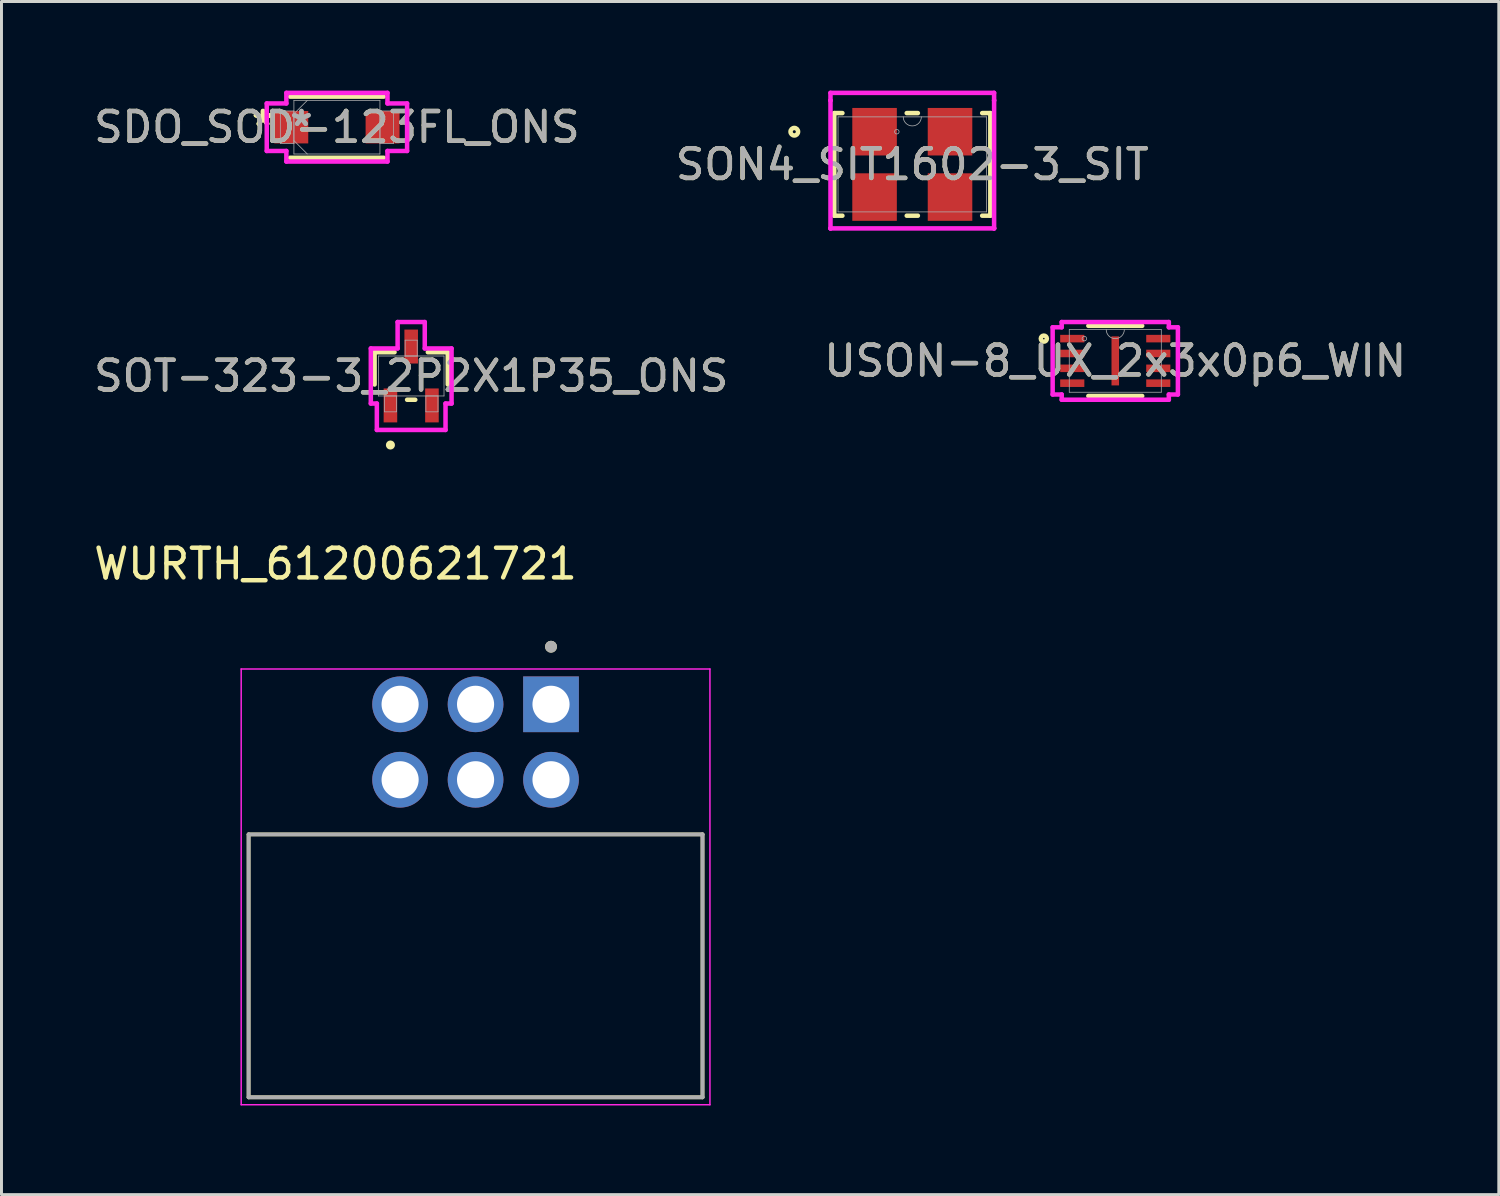
<source format=kicad_pcb>
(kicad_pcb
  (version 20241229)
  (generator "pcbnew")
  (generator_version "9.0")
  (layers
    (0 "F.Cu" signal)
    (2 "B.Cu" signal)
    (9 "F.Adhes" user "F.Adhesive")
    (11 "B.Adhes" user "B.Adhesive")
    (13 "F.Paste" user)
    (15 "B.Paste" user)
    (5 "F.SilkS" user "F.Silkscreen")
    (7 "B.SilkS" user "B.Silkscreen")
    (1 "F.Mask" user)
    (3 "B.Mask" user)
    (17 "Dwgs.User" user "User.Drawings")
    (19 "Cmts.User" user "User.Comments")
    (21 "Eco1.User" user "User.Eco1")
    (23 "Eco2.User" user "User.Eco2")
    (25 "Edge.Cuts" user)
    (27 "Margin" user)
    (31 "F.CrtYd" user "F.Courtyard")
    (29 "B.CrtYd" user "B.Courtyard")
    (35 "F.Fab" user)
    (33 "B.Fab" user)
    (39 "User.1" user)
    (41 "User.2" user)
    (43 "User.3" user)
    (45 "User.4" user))
  (footprint "WURTH_61200621721"
    (layer "F.Cu")
    (at 12.959 21.929)
    (property "Reference" "WURTH_61200621721" (at -4.715 -5.997 0) (layer "F.SilkS") (effects (font (size 1 1) (thickness 0.15))))
    (attr through_hole)
    (fp_line (start -7.64 3.11) (end 7.64 3.11) (stroke (width 0.127) (type solid)) (layer "F.SilkS"))
    (fp_line (start -7.64 11.96) (end -7.64 3.11) (stroke (width 0.127) (type solid)) (layer "F.SilkS"))
    (fp_line (start 7.64 3.11) (end 7.64 11.96) (stroke (width 0.127) (type solid)) (layer "F.SilkS"))
    (fp_line (start 7.64 11.96) (end -7.64 11.96) (stroke (width 0.127) (type solid)) (layer "F.SilkS"))
    (fp_circle (center 2.54 -3.208) (end 2.64 -3.208) (stroke (width 0.2) (type solid)) (fill no) (layer "F.SilkS"))
    (fp_line (start -7.89 -2.458) (end -7.89 12.21) (stroke (width 0.05) (type solid)) (layer "F.CrtYd"))
    (fp_line (start -7.89 12.21) (end 7.89 12.21) (stroke (width 0.05) (type solid)) (layer "F.CrtYd"))
    (fp_line (start 7.89 -2.458) (end -7.89 -2.458) (stroke (width 0.05) (type solid)) (layer "F.CrtYd"))
    (fp_line (start 7.89 12.21) (end 7.89 -2.458) (stroke (width 0.05) (type solid)) (layer "F.CrtYd"))
    (fp_line (start -7.64 3.11) (end 7.64 3.11) (stroke (width 0.127) (type solid)) (layer "F.Fab"))
    (fp_line (start -7.64 11.96) (end -7.64 3.11) (stroke (width 0.127) (type solid)) (layer "F.Fab"))
    (fp_line (start 7.64 3.11) (end 7.64 11.96) (stroke (width 0.127) (type solid)) (layer "F.Fab"))
    (fp_line (start 7.64 11.96) (end -7.64 11.96) (stroke (width 0.127) (type solid)) (layer "F.Fab"))
    (fp_circle (center 2.54 -3.208) (end 2.64 -3.208) (stroke (width 0.2) (type solid)) (fill no) (layer "F.Fab"))
    (pad "1" thru_hole rect (at 2.54 -1.27) (size 1.875 1.875) (drill 1.25) (layers "*.Cu" "*.Mask"))
    (pad "2" thru_hole circle (at 2.54 1.27) (size 1.875 1.875) (drill 1.25) (layers "*.Cu" "*.Mask"))
    (pad "3" thru_hole circle (at 0 -1.27) (size 1.875 1.875) (drill 1.25) (layers "*.Cu" "*.Mask"))
    (pad "4" thru_hole circle (at 0 1.27) (size 1.875 1.875) (drill 1.25) (layers "*.Cu" "*.Mask"))
    (pad "5" thru_hole circle (at -2.54 -1.27) (size 1.875 1.875) (drill 1.25) (layers "*.Cu" "*.Mask"))
    (pad "6" thru_hole circle (at -2.54 1.27) (size 1.875 1.875) (drill 1.25) (layers "*.Cu" "*.Mask")))
  (footprint "USON-8_UX_2x3x0p6_WIN"
    (layer "F.Cu")
    (at 34.494 9.099)
    (property "Reference" "USON-8_UX_2x3x0p6_WIN" (at 0 0 0) (unlocked yes) (layer "F.SilkS") (effects (font (size 1 1) (thickness 0.15))))
    (attr smd)
    (fp_line (start -0.906 1.181) (end 0.906 1.181) (stroke (width 0.152) (type solid)) (layer "F.SilkS"))
    (fp_line (start 0.906 -1.181) (end -0.906 -1.181) (stroke (width 0.152) (type solid)) (layer "F.SilkS"))
    (fp_circle (center -2.405 -0.75) (end -2.303 -0.75) (stroke (width 0.152) (type solid)) (fill no) (layer "F.SilkS"))
    (fp_line (start -2.108 -1.131) (end -1.803 -1.131) (stroke (width 0.152) (type solid)) (layer "F.CrtYd"))
    (fp_line (start -2.108 1.131) (end -2.108 -1.131) (stroke (width 0.152) (type solid)) (layer "F.CrtYd"))
    (fp_line (start -2.108 1.131) (end -1.803 1.131) (stroke (width 0.152) (type solid)) (layer "F.CrtYd"))
    (fp_line (start -1.803 -1.308) (end 1.803 -1.308) (stroke (width 0.152) (type solid)) (layer "F.CrtYd"))
    (fp_line (start -1.803 -1.131) (end -1.803 -1.308) (stroke (width 0.152) (type solid)) (layer "F.CrtYd"))
    (fp_line (start -1.803 1.308) (end -1.803 1.131) (stroke (width 0.152) (type solid)) (layer "F.CrtYd"))
    (fp_line (start 1.803 -1.308) (end 1.803 -1.131) (stroke (width 0.152) (type solid)) (layer "F.CrtYd"))
    (fp_line (start 1.803 1.131) (end 1.803 1.308) (stroke (width 0.152) (type solid)) (layer "F.CrtYd"))
    (fp_line (start 1.803 1.308) (end -1.803 1.308) (stroke (width 0.152) (type solid)) (layer "F.CrtYd"))
    (fp_line (start 2.108 -1.131) (end 1.803 -1.131) (stroke (width 0.152) (type solid)) (layer "F.CrtYd"))
    (fp_line (start 2.108 -1.131) (end 2.108 1.131) (stroke (width 0.152) (type solid)) (layer "F.CrtYd"))
    (fp_line (start 2.108 1.131) (end 1.803 1.131) (stroke (width 0.152) (type solid)) (layer "F.CrtYd"))
    (fp_line (start -1.549 -1.054) (end -1.549 1.054) (stroke (width 0.025) (type solid)) (layer "F.Fab"))
    (fp_line (start -1.549 1.054) (end 1.549 1.054) (stroke (width 0.025) (type solid)) (layer "F.Fab"))
    (fp_line (start 1.549 -1.054) (end -1.549 -1.054) (stroke (width 0.025) (type solid)) (layer "F.Fab"))
    (fp_line (start 1.549 1.054) (end 1.549 -1.054) (stroke (width 0.025) (type solid)) (layer "F.Fab"))
    (fp_arc (start 0.3048 -1.0541) (mid 0 -0.7493) (end -0.3048 -1.0541) (stroke (width 0.0254) (type solid)) (layer "F.Fab"))
    (fp_circle (center -1.041 -0.75) (end -0.965 -0.75) (stroke (width 0.025) (type solid)) (fill no) (layer "F.Fab"))
    (fp_text user "${REFERENCE}" (at 0 0 0) (unlocked yes) (layer "F.Fab") (effects (font (size 1 1) (thickness 0.15))))
    (pad "1" smd rect (at -1.448 -0.75) (size 0.813 0.254) (layers "F.Cu" "F.Mask" "F.Paste"))
    (pad "2" smd rect (at -1.448 -0.25) (size 0.813 0.254) (layers "F.Cu" "F.Mask" "F.Paste"))
    (pad "3" smd rect (at -1.448 0.25) (size 0.813 0.254) (layers "F.Cu" "F.Mask" "F.Paste"))
    (pad "4" smd rect (at -1.448 0.75) (size 0.813 0.254) (layers "F.Cu" "F.Mask" "F.Paste"))
    (pad "5" smd rect (at 1.448 0.75) (size 0.813 0.254) (layers "F.Cu" "F.Mask" "F.Paste"))
    (pad "6" smd rect (at 1.448 0.25) (size 0.813 0.254) (layers "F.Cu" "F.Mask" "F.Paste"))
    (pad "7" smd rect (at 1.448 -0.25) (size 0.813 0.254) (layers "F.Cu" "F.Mask" "F.Paste"))
    (pad "8" smd rect (at 1.448 -0.75) (size 0.813 0.254) (layers "F.Cu" "F.Mask" "F.Paste"))
    (pad "9" smd rect (at 0 0) (size 0.254 1.651) (layers "F.Cu" "F.Mask" "F.Paste")))
  (footprint "SOT-323-3_2P2X1P35_ONS"
    (layer "F.Cu")
    (at 10.792 9.607)
    (property "Reference" "SOT-323-3_2P2X1P35_ONS" (at 0 0 0) (unlocked yes) (layer "F.SilkS") (effects (font (size 1 1) (thickness 0.15))))
    (attr smd)
    (fp_line (start -1.232 -0.8) (end -1.232 0.286) (stroke (width 0.152) (type solid)) (layer "F.SilkS"))
    (fp_line (start -0.561 -0.8) (end -1.232 -0.8) (stroke (width 0.152) (type solid)) (layer "F.SilkS"))
    (fp_line (start -0.137 0.8) (end 0.137 0.8) (stroke (width 0.152) (type solid)) (layer "F.SilkS"))
    (fp_line (start 1.232 -0.8) (end 0.561 -0.8) (stroke (width 0.152) (type solid)) (layer "F.SilkS"))
    (fp_line (start 1.232 0.286) (end 1.232 -0.8) (stroke (width 0.152) (type solid)) (layer "F.SilkS"))
    (fp_circle (center -0.699 2.324) (end -0.622 2.324) (stroke (width 0.152) (type solid)) (fill no) (layer "F.SilkS"))
    (fp_line (start -1.359 -0.927) (end -0.457 -0.927) (stroke (width 0.152) (type solid)) (layer "F.CrtYd"))
    (fp_line (start -1.359 0.927) (end -1.359 -0.927) (stroke (width 0.152) (type solid)) (layer "F.CrtYd"))
    (fp_line (start -1.359 0.927) (end -1.156 0.927) (stroke (width 0.152) (type solid)) (layer "F.CrtYd"))
    (fp_line (start -1.156 0.927) (end -1.156 1.816) (stroke (width 0.152) (type solid)) (layer "F.CrtYd"))
    (fp_line (start -1.156 1.816) (end 1.156 1.816) (stroke (width 0.152) (type solid)) (layer "F.CrtYd"))
    (fp_line (start -0.457 -1.816) (end 0.457 -1.816) (stroke (width 0.152) (type solid)) (layer "F.CrtYd"))
    (fp_line (start -0.457 -0.927) (end -0.457 -1.816) (stroke (width 0.152) (type solid)) (layer "F.CrtYd"))
    (fp_line (start 0.457 -0.927) (end 0.457 -1.816) (stroke (width 0.152) (type solid)) (layer "F.CrtYd"))
    (fp_line (start 1.156 0.927) (end 1.156 1.816) (stroke (width 0.152) (type solid)) (layer "F.CrtYd"))
    (fp_line (start 1.359 -0.927) (end 0.457 -0.927) (stroke (width 0.152) (type solid)) (layer "F.CrtYd"))
    (fp_line (start 1.359 -0.927) (end 1.359 0.927) (stroke (width 0.152) (type solid)) (layer "F.CrtYd"))
    (fp_line (start 1.359 0.927) (end 1.156 0.927) (stroke (width 0.152) (type solid)) (layer "F.CrtYd"))
    (fp_line (start -1.105 -0.673) (end -1.105 0.673) (stroke (width 0.025) (type solid)) (layer "F.Fab"))
    (fp_line (start -1.105 0.673) (end 1.105 0.673) (stroke (width 0.025) (type solid)) (layer "F.Fab"))
    (fp_line (start -0.902 0.673) (end -0.902 1.206) (stroke (width 0.025) (type solid)) (layer "F.Fab"))
    (fp_line (start -0.902 1.206) (end -0.495 1.206) (stroke (width 0.025) (type solid)) (layer "F.Fab"))
    (fp_line (start -0.495 0.673) (end -0.902 0.673) (stroke (width 0.025) (type solid)) (layer "F.Fab"))
    (fp_line (start -0.495 1.206) (end -0.495 0.673) (stroke (width 0.025) (type solid)) (layer "F.Fab"))
    (fp_line (start -0.203 -1.206) (end -0.203 -0.673) (stroke (width 0.025) (type solid)) (layer "F.Fab"))
    (fp_line (start -0.203 -0.673) (end 0.203 -0.673) (stroke (width 0.025) (type solid)) (layer "F.Fab"))
    (fp_line (start 0.203 -1.206) (end -0.203 -1.206) (stroke (width 0.025) (type solid)) (layer "F.Fab"))
    (fp_line (start 0.203 -0.673) (end 0.203 -1.206) (stroke (width 0.025) (type solid)) (layer "F.Fab"))
    (fp_line (start 0.495 0.673) (end 0.495 1.206) (stroke (width 0.025) (type solid)) (layer "F.Fab"))
    (fp_line (start 0.495 1.206) (end 0.902 1.206) (stroke (width 0.025) (type solid)) (layer "F.Fab"))
    (fp_line (start 0.902 0.673) (end 0.495 0.673) (stroke (width 0.025) (type solid)) (layer "F.Fab"))
    (fp_line (start 0.902 1.206) (end 0.902 0.673) (stroke (width 0.025) (type solid)) (layer "F.Fab"))
    (fp_line (start 1.105 -0.673) (end -1.105 -0.673) (stroke (width 0.025) (type solid)) (layer "F.Fab"))
    (fp_line (start 1.105 0.673) (end 1.105 -0.673) (stroke (width 0.025) (type solid)) (layer "F.Fab"))
    (fp_circle (center -0.699 0.419) (end -0.622 0.419) (stroke (width 0.025) (type solid)) (fill no) (layer "F.Fab"))
    (fp_text user "${REFERENCE}" (at 0 0 0) (unlocked yes) (layer "F.Fab") (effects (font (size 1 1) (thickness 0.15))))
    (pad "1" smd rect (at -0.699 0.991) (size 0.457 1.143) (layers "F.Cu" "F.Mask" "F.Paste"))
    (pad "2" smd rect (at 0.699 0.991) (size 0.457 1.143) (layers "F.Cu" "F.Mask" "F.Paste"))
    (pad "3" smd rect (at 0 -0.991) (size 0.457 1.143) (layers "F.Cu" "F.Mask" "F.Paste")))
  (footprint "SDO_SOD-123FL_ONS"
    (layer "F.Cu")
    (at 8.292 1.232)
    (property "Reference" "SDO_SOD-123FL_ONS" (at 0 0 0) (unlocked yes) (layer "F.SilkS") (effects (font (size 1 1) (thickness 0.15))))
    (attr smd)
    (fp_line (start -1.575 1.029) (end 1.575 1.029) (stroke (width 0.152) (type solid)) (layer "F.SilkS"))
    (fp_line (start 1.575 -1.029) (end -1.575 -1.029) (stroke (width 0.152) (type solid)) (layer "F.SilkS"))
    (fp_line (start -2.362 -0.8) (end -1.702 -0.8) (stroke (width 0.152) (type solid)) (layer "F.CrtYd"))
    (fp_line (start -2.362 0.8) (end -2.362 -0.8) (stroke (width 0.152) (type solid)) (layer "F.CrtYd"))
    (fp_line (start -1.702 -1.156) (end 1.702 -1.156) (stroke (width 0.152) (type solid)) (layer "F.CrtYd"))
    (fp_line (start -1.702 -0.8) (end -1.702 -1.156) (stroke (width 0.152) (type solid)) (layer "F.CrtYd"))
    (fp_line (start -1.702 0.8) (end -2.362 0.8) (stroke (width 0.152) (type solid)) (layer "F.CrtYd"))
    (fp_line (start -1.702 1.156) (end -1.702 0.8) (stroke (width 0.152) (type solid)) (layer "F.CrtYd"))
    (fp_line (start 1.702 -1.156) (end 1.702 -0.8) (stroke (width 0.152) (type solid)) (layer "F.CrtYd"))
    (fp_line (start 1.702 -0.8) (end 2.362 -0.8) (stroke (width 0.152) (type solid)) (layer "F.CrtYd"))
    (fp_line (start 1.702 0.8) (end 1.702 1.156) (stroke (width 0.152) (type solid)) (layer "F.CrtYd"))
    (fp_line (start 1.702 1.156) (end -1.702 1.156) (stroke (width 0.152) (type solid)) (layer "F.CrtYd"))
    (fp_line (start 2.362 -0.8) (end 2.362 0.8) (stroke (width 0.152) (type solid)) (layer "F.CrtYd"))
    (fp_line (start 2.362 0.8) (end 1.702 0.8) (stroke (width 0.152) (type solid)) (layer "F.CrtYd"))
    (fp_line (start -1.905 -0.546) (end -1.905 0.546) (stroke (width 0.025) (type solid)) (layer "F.Fab"))
    (fp_line (start -1.905 0.546) (end -1.448 0.546) (stroke (width 0.025) (type solid)) (layer "F.Fab"))
    (fp_line (start -1.448 -0.902) (end -1.448 0.902) (stroke (width 0.025) (type solid)) (layer "F.Fab"))
    (fp_line (start -1.448 -0.546) (end -1.905 -0.546) (stroke (width 0.025) (type solid)) (layer "F.Fab"))
    (fp_line (start -1.448 -0.451) (end -0.997 -0.902) (stroke (width 0.025) (type solid)) (layer "F.Fab"))
    (fp_line (start -1.448 0.451) (end -0.997 0.902) (stroke (width 0.025) (type solid)) (layer "F.Fab"))
    (fp_line (start -1.448 0.546) (end -1.448 -0.546) (stroke (width 0.025) (type solid)) (layer "F.Fab"))
    (fp_line (start -1.448 0.902) (end 1.448 0.902) (stroke (width 0.025) (type solid)) (layer "F.Fab"))
    (fp_line (start 1.448 -0.902) (end -1.448 -0.902) (stroke (width 0.025) (type solid)) (layer "F.Fab"))
    (fp_line (start 1.448 -0.546) (end 1.448 0.546) (stroke (width 0.025) (type solid)) (layer "F.Fab"))
    (fp_line (start 1.448 0.546) (end 1.905 0.546) (stroke (width 0.025) (type solid)) (layer "F.Fab"))
    (fp_line (start 1.448 0.902) (end 1.448 -0.902) (stroke (width 0.025) (type solid)) (layer "F.Fab"))
    (fp_line (start 1.905 -0.546) (end 1.448 -0.546) (stroke (width 0.025) (type solid)) (layer "F.Fab"))
    (fp_line (start 1.905 0.546) (end 1.905 -0.546) (stroke (width 0.025) (type solid)) (layer "F.Fab"))
    (fp_text user "*" (at -2.489 0 0) (unlocked yes) (layer "F.SilkS") (effects (font (size 1 1) (thickness 0.15))))
    (fp_text user "*" (at -2.489 0 0) (layer "F.SilkS") (effects (font (size 1 1) (thickness 0.15))))
    (fp_text user "*" (at -1.194 0 0) (layer "F.Fab") (effects (font (size 1 1) (thickness 0.15))))
    (fp_text user "${REFERENCE}" (at 0 0 0) (unlocked yes) (layer "F.Fab") (effects (font (size 1 1) (thickness 0.15))))
    (fp_text user "*" (at -1.194 0 0) (unlocked yes) (layer "F.Fab") (effects (font (size 1 1) (thickness 0.15))))
    (pad "1" smd rect (at -1.537 0) (size 1.143 1.092) (layers "F.Cu" "F.Mask" "F.Paste"))
    (pad "2" smd rect (at 1.537 0) (size 1.143 1.092) (layers "F.Cu" "F.Mask" "F.Paste"))
    (zone (net_name "") (layer "F.Cu") (hatch full 0.508) (connect_pads) (min_thickness 0.254) (filled_areas_thickness no) (keepout (tracks not_allowed) (vias not_allowed) (pads allowed) (copperpour not_allowed) (footprints allowed)) (placement (enabled no)) (fill) (polygon (pts (xy 7.377 0.381) (xy 9.206 0.381) (xy 9.206 2.083) (xy 7.377 2.083)))))
  (footprint "SON4_SIT1602-3_SIT"
    (layer "F.Cu")
    (at 27.661 2.484)
    (property "Reference" "SON4_SIT1602-3_SIT" (at 0 0 0) (unlocked yes) (layer "F.SilkS") (effects (font (size 1 1) (thickness 0.15))))
    (attr smd)
    (fp_line (start -2.627 -1.727) (end -2.627 1.727) (stroke (width 0.152) (type solid)) (layer "F.SilkS"))
    (fp_line (start -2.627 1.727) (end -2.353 1.727) (stroke (width 0.152) (type solid)) (layer "F.SilkS"))
    (fp_line (start -2.353 -1.727) (end -2.627 -1.727) (stroke (width 0.152) (type solid)) (layer "F.SilkS"))
    (fp_line (start -0.187 1.727) (end 0.187 1.727) (stroke (width 0.152) (type solid)) (layer "F.SilkS"))
    (fp_line (start 0.187 -1.727) (end -0.187 -1.727) (stroke (width 0.152) (type solid)) (layer "F.SilkS"))
    (fp_line (start 2.353 1.727) (end 2.627 1.727) (stroke (width 0.152) (type solid)) (layer "F.SilkS"))
    (fp_line (start 2.627 -1.727) (end 2.353 -1.727) (stroke (width 0.152) (type solid)) (layer "F.SilkS"))
    (fp_line (start 2.627 1.727) (end 2.627 -1.727) (stroke (width 0.152) (type solid)) (layer "F.SilkS"))
    (fp_circle (center -3.972 -1.1) (end -3.845 -1.1) (stroke (width 0.152) (type solid)) (fill no) (layer "F.SilkS"))
    (fp_line (start -2.754 -2.408) (end 2.754 -2.408) (stroke (width 0.152) (type solid)) (layer "F.CrtYd"))
    (fp_line (start -2.754 -2.154) (end -2.754 -2.408) (stroke (width 0.152) (type solid)) (layer "F.CrtYd"))
    (fp_line (start -2.754 -2.154) (end -2.754 -2.154) (stroke (width 0.152) (type solid)) (layer "F.CrtYd"))
    (fp_line (start -2.754 2.154) (end -2.754 -2.154) (stroke (width 0.152) (type solid)) (layer "F.CrtYd"))
    (fp_line (start -2.754 2.154) (end -2.754 2.154) (stroke (width 0.152) (type solid)) (layer "F.CrtYd"))
    (fp_line (start -2.754 2.154) (end -2.754 2.154) (stroke (width 0.152) (type solid)) (layer "F.CrtYd"))
    (fp_line (start 2.754 -2.408) (end 2.754 -2.154) (stroke (width 0.152) (type solid)) (layer "F.CrtYd"))
    (fp_line (start 2.754 -2.154) (end 2.754 -2.154) (stroke (width 0.152) (type solid)) (layer "F.CrtYd"))
    (fp_line (start 2.754 -2.154) (end 2.754 2.154) (stroke (width 0.152) (type solid)) (layer "F.CrtYd"))
    (fp_line (start 2.754 2.154) (end -2.754 2.154) (stroke (width 0.152) (type solid)) (layer "F.CrtYd"))
    (fp_line (start 2.754 2.154) (end 2.754 2.154) (stroke (width 0.152) (type solid)) (layer "F.CrtYd"))
    (fp_line (start 2.754 2.154) (end 2.754 2.154) (stroke (width 0.152) (type solid)) (layer "F.CrtYd"))
    (fp_line (start -2.5 -1.6) (end -2.5 1.6) (stroke (width 0.025) (type solid)) (layer "F.Fab"))
    (fp_line (start -2.5 1.6) (end 2.5 1.6) (stroke (width 0.025) (type solid)) (layer "F.Fab"))
    (fp_line (start 2.5 -1.6) (end -2.5 -1.6) (stroke (width 0.025) (type solid)) (layer "F.Fab"))
    (fp_line (start 2.5 1.6) (end 2.5 -1.6) (stroke (width 0.025) (type solid)) (layer "F.Fab"))
    (fp_arc (start 0.3048 -1.600001) (mid 0 -1.295201) (end -0.3048 -1.600001) (stroke (width 0.0254) (type solid)) (layer "F.Fab"))
    (fp_circle (center -0.52 -1.1) (end -0.444 -1.1) (stroke (width 0.025) (type solid)) (fill no) (layer "F.Fab"))
    (fp_text user "${REFERENCE}" (at 0 0 0) (unlocked yes) (layer "F.Fab") (effects (font (size 1 1) (thickness 0.15))))
    (pad "1" smd rect (at -1.27 1.1) (size 1.5 1.6) (layers "F.Cu" "F.Mask" "F.Paste"))
    (pad "2" smd rect (at 1.27 1.1) (size 1.5 1.6) (layers "F.Cu" "F.Mask" "F.Paste"))
    (pad "3" smd rect (at 1.27 -1.1) (size 1.5 1.6) (layers "F.Cu" "F.Mask" "F.Paste"))
    (pad "4" smd rect (at -1.27 -1.1) (size 1.5 1.6) (layers "F.Cu" "F.Mask" "F.Paste")))
  (gr_rect
    (start -3 -3)
    (end 47.405 37.164)
    (stroke (width 0.1) (type default))
    (fill no)
    (layer "Edge.Cuts")))
</source>
